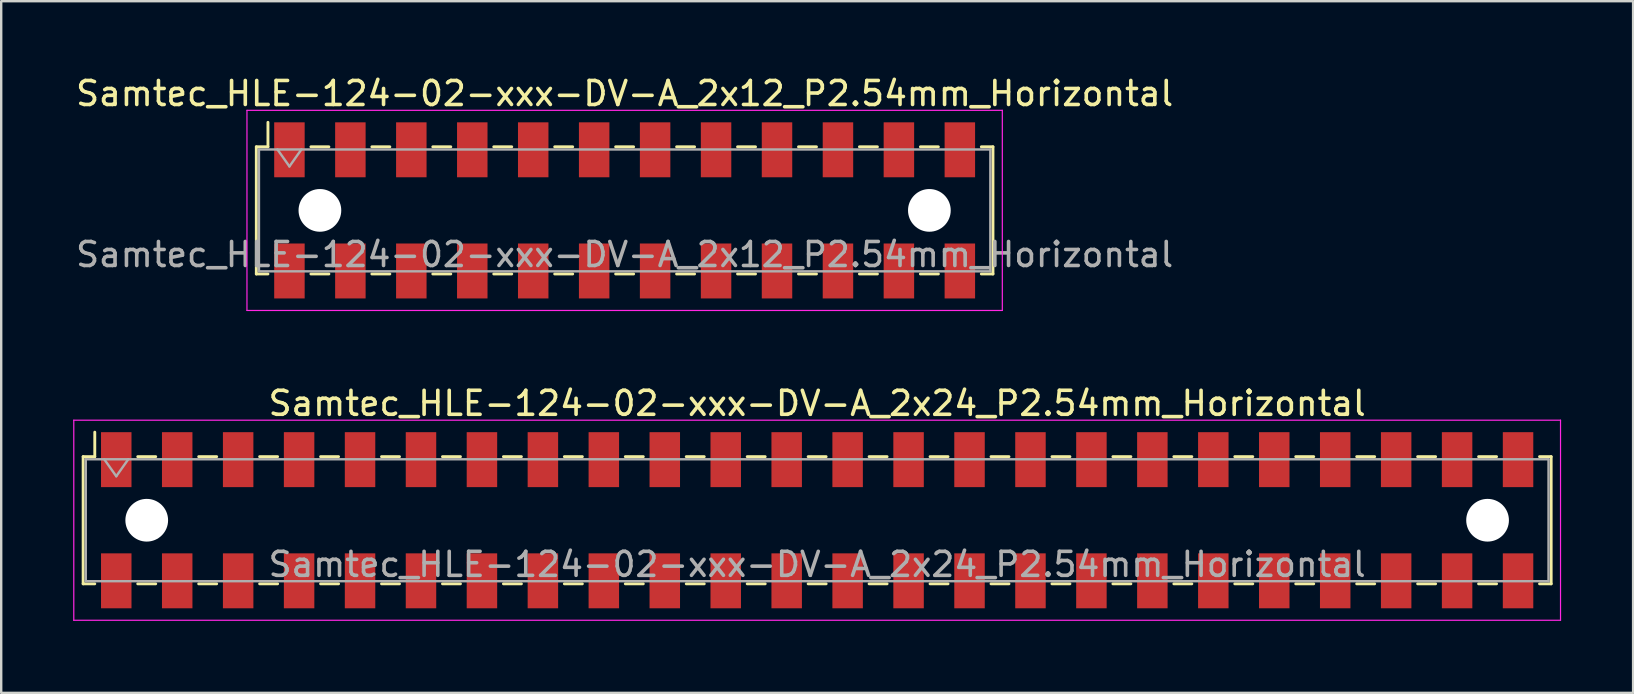
<source format=kicad_pcb>
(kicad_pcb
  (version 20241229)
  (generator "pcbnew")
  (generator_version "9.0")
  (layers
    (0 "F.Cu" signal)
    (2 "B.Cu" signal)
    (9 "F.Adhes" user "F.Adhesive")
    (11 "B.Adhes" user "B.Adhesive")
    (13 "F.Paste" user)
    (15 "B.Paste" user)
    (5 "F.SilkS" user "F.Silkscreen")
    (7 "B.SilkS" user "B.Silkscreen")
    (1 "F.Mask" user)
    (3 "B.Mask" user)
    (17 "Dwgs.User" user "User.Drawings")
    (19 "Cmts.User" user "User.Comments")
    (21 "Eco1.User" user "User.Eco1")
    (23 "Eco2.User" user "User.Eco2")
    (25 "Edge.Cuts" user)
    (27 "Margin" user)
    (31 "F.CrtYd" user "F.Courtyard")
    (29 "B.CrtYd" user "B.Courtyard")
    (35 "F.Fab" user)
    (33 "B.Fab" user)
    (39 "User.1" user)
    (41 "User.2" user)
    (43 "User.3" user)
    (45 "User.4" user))
  (footprint "Samtec_HLE-124-02-xxx-DV-A_2x12_P2.54mm_Horizontal"
    (layer "F.Cu")
    (at 22.982 5.718)
    (property "Reference" "Samtec_HLE-124-02-xxx-DV-A_2x12_P2.54mm_Horizontal" (at 0 -4.87 0) (layer "F.SilkS") (effects (font (size 1 1) (thickness 0.15))))
    (attr smd)
    (fp_line (start -15.35 -2.65) (end -15.35 2.65) (stroke (width 0.12) (type solid)) (layer "F.SilkS"))
    (fp_line (start -15.35 2.65) (end -14.865 2.65) (stroke (width 0.12) (type solid)) (layer "F.SilkS"))
    (fp_line (start -14.865 -3.67) (end -14.865 -2.65) (stroke (width 0.12) (type solid)) (layer "F.SilkS"))
    (fp_line (start -14.865 -2.65) (end -15.35 -2.65) (stroke (width 0.12) (type solid)) (layer "F.SilkS"))
    (fp_line (start -13.075 -2.65) (end -12.325 -2.65) (stroke (width 0.12) (type solid)) (layer "F.SilkS"))
    (fp_line (start -13.075 2.65) (end -12.325 2.65) (stroke (width 0.12) (type solid)) (layer "F.SilkS"))
    (fp_line (start -10.535 -2.65) (end -9.785 -2.65) (stroke (width 0.12) (type solid)) (layer "F.SilkS"))
    (fp_line (start -10.535 2.65) (end -9.785 2.65) (stroke (width 0.12) (type solid)) (layer "F.SilkS"))
    (fp_line (start -7.995 -2.65) (end -7.245 -2.65) (stroke (width 0.12) (type solid)) (layer "F.SilkS"))
    (fp_line (start -7.995 2.65) (end -7.245 2.65) (stroke (width 0.12) (type solid)) (layer "F.SilkS"))
    (fp_line (start -5.455 -2.65) (end -4.705 -2.65) (stroke (width 0.12) (type solid)) (layer "F.SilkS"))
    (fp_line (start -5.455 2.65) (end -4.705 2.65) (stroke (width 0.12) (type solid)) (layer "F.SilkS"))
    (fp_line (start -2.915 -2.65) (end -2.165 -2.65) (stroke (width 0.12) (type solid)) (layer "F.SilkS"))
    (fp_line (start -2.915 2.65) (end -2.165 2.65) (stroke (width 0.12) (type solid)) (layer "F.SilkS"))
    (fp_line (start -0.375 -2.65) (end 0.375 -2.65) (stroke (width 0.12) (type solid)) (layer "F.SilkS"))
    (fp_line (start -0.375 2.65) (end 0.375 2.65) (stroke (width 0.12) (type solid)) (layer "F.SilkS"))
    (fp_line (start 2.165 -2.65) (end 2.915 -2.65) (stroke (width 0.12) (type solid)) (layer "F.SilkS"))
    (fp_line (start 2.165 2.65) (end 2.915 2.65) (stroke (width 0.12) (type solid)) (layer "F.SilkS"))
    (fp_line (start 4.705 -2.65) (end 5.455 -2.65) (stroke (width 0.12) (type solid)) (layer "F.SilkS"))
    (fp_line (start 4.705 2.65) (end 5.455 2.65) (stroke (width 0.12) (type solid)) (layer "F.SilkS"))
    (fp_line (start 7.245 -2.65) (end 7.995 -2.65) (stroke (width 0.12) (type solid)) (layer "F.SilkS"))
    (fp_line (start 7.245 2.65) (end 7.995 2.65) (stroke (width 0.12) (type solid)) (layer "F.SilkS"))
    (fp_line (start 9.785 -2.65) (end 10.535 -2.65) (stroke (width 0.12) (type solid)) (layer "F.SilkS"))
    (fp_line (start 9.785 2.65) (end 10.535 2.65) (stroke (width 0.12) (type solid)) (layer "F.SilkS"))
    (fp_line (start 12.325 -2.65) (end 13.075 -2.65) (stroke (width 0.12) (type solid)) (layer "F.SilkS"))
    (fp_line (start 12.325 2.65) (end 13.075 2.65) (stroke (width 0.12) (type solid)) (layer "F.SilkS"))
    (fp_line (start 14.865 -2.65) (end 15.35 -2.65) (stroke (width 0.12) (type solid)) (layer "F.SilkS"))
    (fp_line (start 15.35 -2.65) (end 15.35 2.65) (stroke (width 0.12) (type solid)) (layer "F.SilkS"))
    (fp_line (start 15.35 2.65) (end 14.865 2.65) (stroke (width 0.12) (type solid)) (layer "F.SilkS"))
    (fp_line (start -15.74 -4.17) (end 15.74 -4.17) (stroke (width 0.05) (type solid)) (layer "F.CrtYd"))
    (fp_line (start -15.74 4.17) (end -15.74 -4.17) (stroke (width 0.05) (type solid)) (layer "F.CrtYd"))
    (fp_line (start 15.74 -4.17) (end 15.74 4.17) (stroke (width 0.05) (type solid)) (layer "F.CrtYd"))
    (fp_line (start 15.74 4.17) (end -15.74 4.17) (stroke (width 0.05) (type solid)) (layer "F.CrtYd"))
    (fp_line (start -15.24 -2.54) (end 15.24 -2.54) (stroke (width 0.1) (type solid)) (layer "F.Fab"))
    (fp_line (start -15.24 2.54) (end -15.24 -2.54) (stroke (width 0.1) (type solid)) (layer "F.Fab"))
    (fp_line (start -14.47 -2.54) (end -13.97 -1.833) (stroke (width 0.1) (type solid)) (layer "F.Fab"))
    (fp_line (start -13.97 -1.833) (end -13.47 -2.54) (stroke (width 0.1) (type solid)) (layer "F.Fab"))
    (fp_line (start 15.24 -2.54) (end 15.24 2.54) (stroke (width 0.1) (type solid)) (layer "F.Fab"))
    (fp_line (start 15.24 2.54) (end -15.24 2.54) (stroke (width 0.1) (type solid)) (layer "F.Fab"))
    (fp_text user "${REFERENCE}" (at 0 1.84 0) (layer "F.Fab") (effects (font (size 1 1) (thickness 0.15))))
    (pad "" np_thru_hole circle (at -12.7 0) (size 1.78 1.78) (drill 1.78) (layers "*.Cu" "*.Mask"))
    (pad "" np_thru_hole circle (at 12.7 0) (size 1.78 1.78) (drill 1.78) (layers "*.Cu" "*.Mask"))
    (pad "1" smd rect (at -13.97 -2.525) (size 1.27 2.29) (layers "F.Cu" "F.Mask" "F.Paste"))
    (pad "2" smd rect (at -13.97 2.525) (size 1.27 2.29) (layers "F.Cu" "F.Mask" "F.Paste"))
    (pad "3" smd rect (at -11.43 -2.525) (size 1.27 2.29) (layers "F.Cu" "F.Mask" "F.Paste"))
    (pad "4" smd rect (at -11.43 2.525) (size 1.27 2.29) (layers "F.Cu" "F.Mask" "F.Paste"))
    (pad "5" smd rect (at -8.89 -2.525) (size 1.27 2.29) (layers "F.Cu" "F.Mask" "F.Paste"))
    (pad "6" smd rect (at -8.89 2.525) (size 1.27 2.29) (layers "F.Cu" "F.Mask" "F.Paste"))
    (pad "7" smd rect (at -6.35 -2.525) (size 1.27 2.29) (layers "F.Cu" "F.Mask" "F.Paste"))
    (pad "8" smd rect (at -6.35 2.525) (size 1.27 2.29) (layers "F.Cu" "F.Mask" "F.Paste"))
    (pad "9" smd rect (at -3.81 -2.525) (size 1.27 2.29) (layers "F.Cu" "F.Mask" "F.Paste"))
    (pad "10" smd rect (at -3.81 2.525) (size 1.27 2.29) (layers "F.Cu" "F.Mask" "F.Paste"))
    (pad "11" smd rect (at -1.27 -2.525) (size 1.27 2.29) (layers "F.Cu" "F.Mask" "F.Paste"))
    (pad "12" smd rect (at -1.27 2.525) (size 1.27 2.29) (layers "F.Cu" "F.Mask" "F.Paste"))
    (pad "13" smd rect (at 1.27 -2.525) (size 1.27 2.29) (layers "F.Cu" "F.Mask" "F.Paste"))
    (pad "14" smd rect (at 1.27 2.525) (size 1.27 2.29) (layers "F.Cu" "F.Mask" "F.Paste"))
    (pad "15" smd rect (at 3.81 -2.525) (size 1.27 2.29) (layers "F.Cu" "F.Mask" "F.Paste"))
    (pad "16" smd rect (at 3.81 2.525) (size 1.27 2.29) (layers "F.Cu" "F.Mask" "F.Paste"))
    (pad "17" smd rect (at 6.35 -2.525) (size 1.27 2.29) (layers "F.Cu" "F.Mask" "F.Paste"))
    (pad "18" smd rect (at 6.35 2.525) (size 1.27 2.29) (layers "F.Cu" "F.Mask" "F.Paste"))
    (pad "19" smd rect (at 8.89 -2.525) (size 1.27 2.29) (layers "F.Cu" "F.Mask" "F.Paste"))
    (pad "20" smd rect (at 8.89 2.525) (size 1.27 2.29) (layers "F.Cu" "F.Mask" "F.Paste"))
    (pad "21" smd rect (at 11.43 -2.525) (size 1.27 2.29) (layers "F.Cu" "F.Mask" "F.Paste"))
    (pad "22" smd rect (at 11.43 2.525) (size 1.27 2.29) (layers "F.Cu" "F.Mask" "F.Paste"))
    (pad "23" smd rect (at 13.97 -2.525) (size 1.27 2.29) (layers "F.Cu" "F.Mask" "F.Paste"))
    (pad "24" smd rect (at 13.97 2.525) (size 1.27 2.29) (layers "F.Cu" "F.Mask" "F.Paste")))
  (footprint "Samtec_HLE-124-02-xxx-DV-A_2x24_P2.54mm_Horizontal"
    (layer "F.Cu")
    (at 31.005 18.631)
    (property "Reference" "Samtec_HLE-124-02-xxx-DV-A_2x24_P2.54mm_Horizontal" (at 0 -4.87 0) (layer "F.SilkS") (effects (font (size 1 1) (thickness 0.15))))
    (attr smd)
    (fp_line (start -30.59 -2.65) (end -30.59 2.65) (stroke (width 0.12) (type solid)) (layer "F.SilkS"))
    (fp_line (start -30.59 2.65) (end -30.105 2.65) (stroke (width 0.12) (type solid)) (layer "F.SilkS"))
    (fp_line (start -30.105 -3.67) (end -30.105 -2.65) (stroke (width 0.12) (type solid)) (layer "F.SilkS"))
    (fp_line (start -30.105 -2.65) (end -30.59 -2.65) (stroke (width 0.12) (type solid)) (layer "F.SilkS"))
    (fp_line (start -28.315 -2.65) (end -27.565 -2.65) (stroke (width 0.12) (type solid)) (layer "F.SilkS"))
    (fp_line (start -28.315 2.65) (end -27.565 2.65) (stroke (width 0.12) (type solid)) (layer "F.SilkS"))
    (fp_line (start -25.775 -2.65) (end -25.025 -2.65) (stroke (width 0.12) (type solid)) (layer "F.SilkS"))
    (fp_line (start -25.775 2.65) (end -25.025 2.65) (stroke (width 0.12) (type solid)) (layer "F.SilkS"))
    (fp_line (start -23.235 -2.65) (end -22.485 -2.65) (stroke (width 0.12) (type solid)) (layer "F.SilkS"))
    (fp_line (start -23.235 2.65) (end -22.485 2.65) (stroke (width 0.12) (type solid)) (layer "F.SilkS"))
    (fp_line (start -20.695 -2.65) (end -19.945 -2.65) (stroke (width 0.12) (type solid)) (layer "F.SilkS"))
    (fp_line (start -20.695 2.65) (end -19.945 2.65) (stroke (width 0.12) (type solid)) (layer "F.SilkS"))
    (fp_line (start -18.155 -2.65) (end -17.405 -2.65) (stroke (width 0.12) (type solid)) (layer "F.SilkS"))
    (fp_line (start -18.155 2.65) (end -17.405 2.65) (stroke (width 0.12) (type solid)) (layer "F.SilkS"))
    (fp_line (start -15.615 -2.65) (end -14.865 -2.65) (stroke (width 0.12) (type solid)) (layer "F.SilkS"))
    (fp_line (start -15.615 2.65) (end -14.865 2.65) (stroke (width 0.12) (type solid)) (layer "F.SilkS"))
    (fp_line (start -13.075 -2.65) (end -12.325 -2.65) (stroke (width 0.12) (type solid)) (layer "F.SilkS"))
    (fp_line (start -13.075 2.65) (end -12.325 2.65) (stroke (width 0.12) (type solid)) (layer "F.SilkS"))
    (fp_line (start -10.535 -2.65) (end -9.785 -2.65) (stroke (width 0.12) (type solid)) (layer "F.SilkS"))
    (fp_line (start -10.535 2.65) (end -9.785 2.65) (stroke (width 0.12) (type solid)) (layer "F.SilkS"))
    (fp_line (start -7.995 -2.65) (end -7.245 -2.65) (stroke (width 0.12) (type solid)) (layer "F.SilkS"))
    (fp_line (start -7.995 2.65) (end -7.245 2.65) (stroke (width 0.12) (type solid)) (layer "F.SilkS"))
    (fp_line (start -5.455 -2.65) (end -4.705 -2.65) (stroke (width 0.12) (type solid)) (layer "F.SilkS"))
    (fp_line (start -5.455 2.65) (end -4.705 2.65) (stroke (width 0.12) (type solid)) (layer "F.SilkS"))
    (fp_line (start -2.915 -2.65) (end -2.165 -2.65) (stroke (width 0.12) (type solid)) (layer "F.SilkS"))
    (fp_line (start -2.915 2.65) (end -2.165 2.65) (stroke (width 0.12) (type solid)) (layer "F.SilkS"))
    (fp_line (start -0.375 -2.65) (end 0.375 -2.65) (stroke (width 0.12) (type solid)) (layer "F.SilkS"))
    (fp_line (start -0.375 2.65) (end 0.375 2.65) (stroke (width 0.12) (type solid)) (layer "F.SilkS"))
    (fp_line (start 2.165 -2.65) (end 2.915 -2.65) (stroke (width 0.12) (type solid)) (layer "F.SilkS"))
    (fp_line (start 2.165 2.65) (end 2.915 2.65) (stroke (width 0.12) (type solid)) (layer "F.SilkS"))
    (fp_line (start 4.705 -2.65) (end 5.455 -2.65) (stroke (width 0.12) (type solid)) (layer "F.SilkS"))
    (fp_line (start 4.705 2.65) (end 5.455 2.65) (stroke (width 0.12) (type solid)) (layer "F.SilkS"))
    (fp_line (start 7.245 -2.65) (end 7.995 -2.65) (stroke (width 0.12) (type solid)) (layer "F.SilkS"))
    (fp_line (start 7.245 2.65) (end 7.995 2.65) (stroke (width 0.12) (type solid)) (layer "F.SilkS"))
    (fp_line (start 9.785 -2.65) (end 10.535 -2.65) (stroke (width 0.12) (type solid)) (layer "F.SilkS"))
    (fp_line (start 9.785 2.65) (end 10.535 2.65) (stroke (width 0.12) (type solid)) (layer "F.SilkS"))
    (fp_line (start 12.325 -2.65) (end 13.075 -2.65) (stroke (width 0.12) (type solid)) (layer "F.SilkS"))
    (fp_line (start 12.325 2.65) (end 13.075 2.65) (stroke (width 0.12) (type solid)) (layer "F.SilkS"))
    (fp_line (start 14.865 -2.65) (end 15.615 -2.65) (stroke (width 0.12) (type solid)) (layer "F.SilkS"))
    (fp_line (start 14.865 2.65) (end 15.615 2.65) (stroke (width 0.12) (type solid)) (layer "F.SilkS"))
    (fp_line (start 17.405 -2.65) (end 18.155 -2.65) (stroke (width 0.12) (type solid)) (layer "F.SilkS"))
    (fp_line (start 17.405 2.65) (end 18.155 2.65) (stroke (width 0.12) (type solid)) (layer "F.SilkS"))
    (fp_line (start 19.945 -2.65) (end 20.695 -2.65) (stroke (width 0.12) (type solid)) (layer "F.SilkS"))
    (fp_line (start 19.945 2.65) (end 20.695 2.65) (stroke (width 0.12) (type solid)) (layer "F.SilkS"))
    (fp_line (start 22.485 -2.65) (end 23.235 -2.65) (stroke (width 0.12) (type solid)) (layer "F.SilkS"))
    (fp_line (start 22.485 2.65) (end 23.235 2.65) (stroke (width 0.12) (type solid)) (layer "F.SilkS"))
    (fp_line (start 25.025 -2.65) (end 25.775 -2.65) (stroke (width 0.12) (type solid)) (layer "F.SilkS"))
    (fp_line (start 25.025 2.65) (end 25.775 2.65) (stroke (width 0.12) (type solid)) (layer "F.SilkS"))
    (fp_line (start 27.565 -2.65) (end 28.315 -2.65) (stroke (width 0.12) (type solid)) (layer "F.SilkS"))
    (fp_line (start 27.565 2.65) (end 28.315 2.65) (stroke (width 0.12) (type solid)) (layer "F.SilkS"))
    (fp_line (start 30.105 -2.65) (end 30.59 -2.65) (stroke (width 0.12) (type solid)) (layer "F.SilkS"))
    (fp_line (start 30.59 -2.65) (end 30.59 2.65) (stroke (width 0.12) (type solid)) (layer "F.SilkS"))
    (fp_line (start 30.59 2.65) (end 30.105 2.65) (stroke (width 0.12) (type solid)) (layer "F.SilkS"))
    (fp_line (start -30.98 -4.17) (end 30.98 -4.17) (stroke (width 0.05) (type solid)) (layer "F.CrtYd"))
    (fp_line (start -30.98 4.17) (end -30.98 -4.17) (stroke (width 0.05) (type solid)) (layer "F.CrtYd"))
    (fp_line (start 30.98 -4.17) (end 30.98 4.17) (stroke (width 0.05) (type solid)) (layer "F.CrtYd"))
    (fp_line (start 30.98 4.17) (end -30.98 4.17) (stroke (width 0.05) (type solid)) (layer "F.CrtYd"))
    (fp_line (start -30.48 -2.54) (end 30.48 -2.54) (stroke (width 0.1) (type solid)) (layer "F.Fab"))
    (fp_line (start -30.48 2.54) (end -30.48 -2.54) (stroke (width 0.1) (type solid)) (layer "F.Fab"))
    (fp_line (start -29.71 -2.54) (end -29.21 -1.833) (stroke (width 0.1) (type solid)) (layer "F.Fab"))
    (fp_line (start -29.21 -1.833) (end -28.71 -2.54) (stroke (width 0.1) (type solid)) (layer "F.Fab"))
    (fp_line (start 30.48 -2.54) (end 30.48 2.54) (stroke (width 0.1) (type solid)) (layer "F.Fab"))
    (fp_line (start 30.48 2.54) (end -30.48 2.54) (stroke (width 0.1) (type solid)) (layer "F.Fab"))
    (fp_text user "${REFERENCE}" (at 0 1.84 0) (layer "F.Fab") (effects (font (size 1 1) (thickness 0.15))))
    (pad "" np_thru_hole circle (at -27.94 0) (size 1.78 1.78) (drill 1.78) (layers "*.Cu" "*.Mask"))
    (pad "" np_thru_hole circle (at 27.94 0) (size 1.78 1.78) (drill 1.78) (layers "*.Cu" "*.Mask"))
    (pad "1" smd rect (at -29.21 -2.525) (size 1.27 2.29) (layers "F.Cu" "F.Mask" "F.Paste"))
    (pad "2" smd rect (at -29.21 2.525) (size 1.27 2.29) (layers "F.Cu" "F.Mask" "F.Paste"))
    (pad "3" smd rect (at -26.67 -2.525) (size 1.27 2.29) (layers "F.Cu" "F.Mask" "F.Paste"))
    (pad "4" smd rect (at -26.67 2.525) (size 1.27 2.29) (layers "F.Cu" "F.Mask" "F.Paste"))
    (pad "5" smd rect (at -24.13 -2.525) (size 1.27 2.29) (layers "F.Cu" "F.Mask" "F.Paste"))
    (pad "6" smd rect (at -24.13 2.525) (size 1.27 2.29) (layers "F.Cu" "F.Mask" "F.Paste"))
    (pad "7" smd rect (at -21.59 -2.525) (size 1.27 2.29) (layers "F.Cu" "F.Mask" "F.Paste"))
    (pad "8" smd rect (at -21.59 2.525) (size 1.27 2.29) (layers "F.Cu" "F.Mask" "F.Paste"))
    (pad "9" smd rect (at -19.05 -2.525) (size 1.27 2.29) (layers "F.Cu" "F.Mask" "F.Paste"))
    (pad "10" smd rect (at -19.05 2.525) (size 1.27 2.29) (layers "F.Cu" "F.Mask" "F.Paste"))
    (pad "11" smd rect (at -16.51 -2.525) (size 1.27 2.29) (layers "F.Cu" "F.Mask" "F.Paste"))
    (pad "12" smd rect (at -16.51 2.525) (size 1.27 2.29) (layers "F.Cu" "F.Mask" "F.Paste"))
    (pad "13" smd rect (at -13.97 -2.525) (size 1.27 2.29) (layers "F.Cu" "F.Mask" "F.Paste"))
    (pad "14" smd rect (at -13.97 2.525) (size 1.27 2.29) (layers "F.Cu" "F.Mask" "F.Paste"))
    (pad "15" smd rect (at -11.43 -2.525) (size 1.27 2.29) (layers "F.Cu" "F.Mask" "F.Paste"))
    (pad "16" smd rect (at -11.43 2.525) (size 1.27 2.29) (layers "F.Cu" "F.Mask" "F.Paste"))
    (pad "17" smd rect (at -8.89 -2.525) (size 1.27 2.29) (layers "F.Cu" "F.Mask" "F.Paste"))
    (pad "18" smd rect (at -8.89 2.525) (size 1.27 2.29) (layers "F.Cu" "F.Mask" "F.Paste"))
    (pad "19" smd rect (at -6.35 -2.525) (size 1.27 2.29) (layers "F.Cu" "F.Mask" "F.Paste"))
    (pad "20" smd rect (at -6.35 2.525) (size 1.27 2.29) (layers "F.Cu" "F.Mask" "F.Paste"))
    (pad "21" smd rect (at -3.81 -2.525) (size 1.27 2.29) (layers "F.Cu" "F.Mask" "F.Paste"))
    (pad "22" smd rect (at -3.81 2.525) (size 1.27 2.29) (layers "F.Cu" "F.Mask" "F.Paste"))
    (pad "23" smd rect (at -1.27 -2.525) (size 1.27 2.29) (layers "F.Cu" "F.Mask" "F.Paste"))
    (pad "24" smd rect (at -1.27 2.525) (size 1.27 2.29) (layers "F.Cu" "F.Mask" "F.Paste"))
    (pad "25" smd rect (at 1.27 -2.525) (size 1.27 2.29) (layers "F.Cu" "F.Mask" "F.Paste"))
    (pad "26" smd rect (at 1.27 2.525) (size 1.27 2.29) (layers "F.Cu" "F.Mask" "F.Paste"))
    (pad "27" smd rect (at 3.81 -2.525) (size 1.27 2.29) (layers "F.Cu" "F.Mask" "F.Paste"))
    (pad "28" smd rect (at 3.81 2.525) (size 1.27 2.29) (layers "F.Cu" "F.Mask" "F.Paste"))
    (pad "29" smd rect (at 6.35 -2.525) (size 1.27 2.29) (layers "F.Cu" "F.Mask" "F.Paste"))
    (pad "30" smd rect (at 6.35 2.525) (size 1.27 2.29) (layers "F.Cu" "F.Mask" "F.Paste"))
    (pad "31" smd rect (at 8.89 -2.525) (size 1.27 2.29) (layers "F.Cu" "F.Mask" "F.Paste"))
    (pad "32" smd rect (at 8.89 2.525) (size 1.27 2.29) (layers "F.Cu" "F.Mask" "F.Paste"))
    (pad "33" smd rect (at 11.43 -2.525) (size 1.27 2.29) (layers "F.Cu" "F.Mask" "F.Paste"))
    (pad "34" smd rect (at 11.43 2.525) (size 1.27 2.29) (layers "F.Cu" "F.Mask" "F.Paste"))
    (pad "35" smd rect (at 13.97 -2.525) (size 1.27 2.29) (layers "F.Cu" "F.Mask" "F.Paste"))
    (pad "36" smd rect (at 13.97 2.525) (size 1.27 2.29) (layers "F.Cu" "F.Mask" "F.Paste"))
    (pad "37" smd rect (at 16.51 -2.525) (size 1.27 2.29) (layers "F.Cu" "F.Mask" "F.Paste"))
    (pad "38" smd rect (at 16.51 2.525) (size 1.27 2.29) (layers "F.Cu" "F.Mask" "F.Paste"))
    (pad "39" smd rect (at 19.05 -2.525) (size 1.27 2.29) (layers "F.Cu" "F.Mask" "F.Paste"))
    (pad "40" smd rect (at 19.05 2.525) (size 1.27 2.29) (layers "F.Cu" "F.Mask" "F.Paste"))
    (pad "41" smd rect (at 21.59 -2.525) (size 1.27 2.29) (layers "F.Cu" "F.Mask" "F.Paste"))
    (pad "42" smd rect (at 21.59 2.525) (size 1.27 2.29) (layers "F.Cu" "F.Mask" "F.Paste"))
    (pad "43" smd rect (at 24.13 -2.525) (size 1.27 2.29) (layers "F.Cu" "F.Mask" "F.Paste"))
    (pad "44" smd rect (at 24.13 2.525) (size 1.27 2.29) (layers "F.Cu" "F.Mask" "F.Paste"))
    (pad "45" smd rect (at 26.67 -2.525) (size 1.27 2.29) (layers "F.Cu" "F.Mask" "F.Paste"))
    (pad "46" smd rect (at 26.67 2.525) (size 1.27 2.29) (layers "F.Cu" "F.Mask" "F.Paste"))
    (pad "47" smd rect (at 29.21 -2.525) (size 1.27 2.29) (layers "F.Cu" "F.Mask" "F.Paste"))
    (pad "48" smd rect (at 29.21 2.525) (size 1.27 2.29) (layers "F.Cu" "F.Mask" "F.Paste")))
  (gr_rect
    (start -3 -3)
    (end 65.01 25.826)
    (stroke (width 0.1) (type default))
    (fill no)
    (layer "Edge.Cuts")))
</source>
